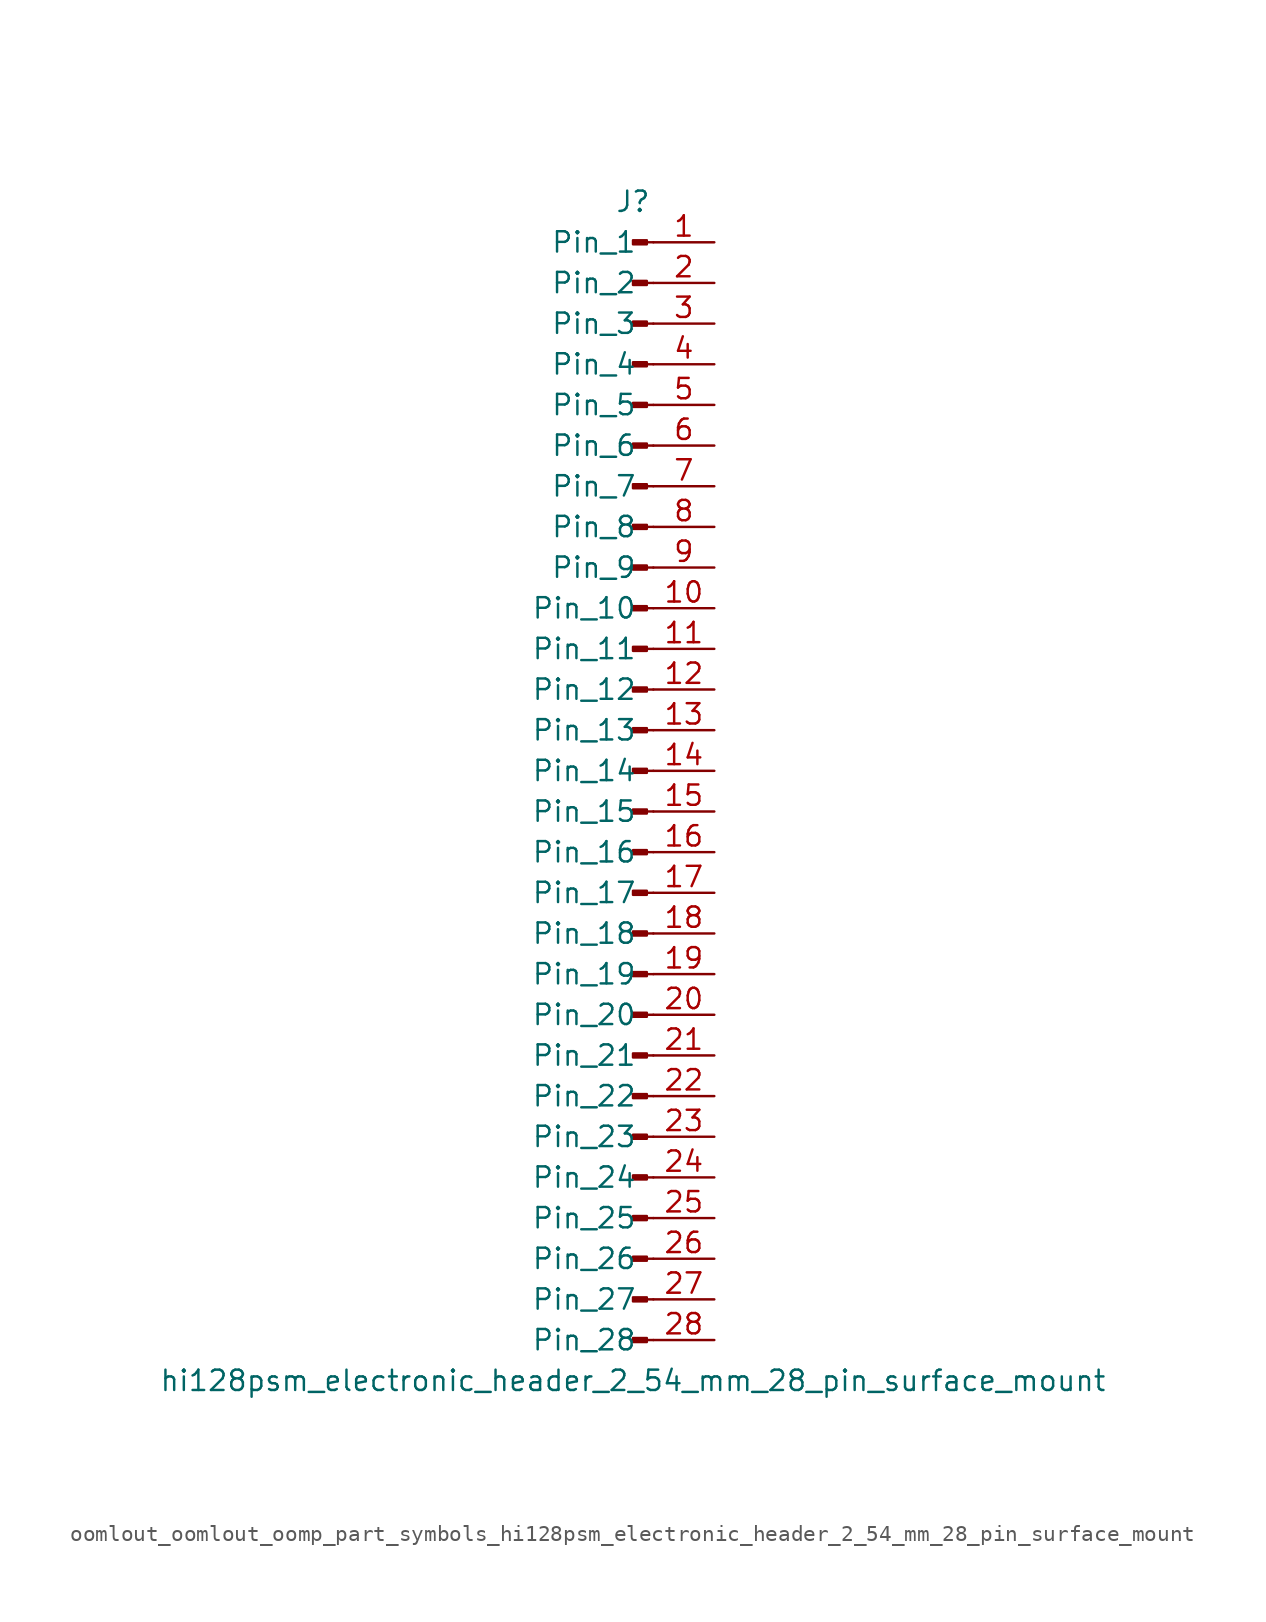
<source format=kicad_sym>
(kicad_symbol_lib
  (version 20220914)
  (generator kicad_symbol_editor)
  (symbol "oomlout_oomlout_oomp_part_symbols_hi128psm_electronic_header_2_54_mm_28_pin_surface_mount"
    (pin_names
      (offset 1.016))
    (property "Reference" "J"
      (at 0 35.56 0)
      (effects (font (size 1.27 1.27))))
    (property "Value" "hi128psm_electronic_header_2_54_mm_28_pin_surface_mount"
      (at 0 -38.1 0)
      (effects (font (size 1.27 1.27))))
    (property "ki_locked" ""
      (at 0 0 0)
      (effects (font (size 1.27 1.27))))
    (symbol "oomlout_oomlout_oomp_part_symbols_hi128psm_electronic_header_2_54_mm_28_pin_surface_mount_1_1"
      (polyline (pts (xy 1.27 -35.56) (xy 0.864 -35.56)) (stroke (width 0.152) (type default)) (fill (type none)))
      (polyline (pts (xy 1.27 -33.02) (xy 0.864 -33.02)) (stroke (width 0.152) (type default)) (fill (type none)))
      (polyline (pts (xy 1.27 -30.48) (xy 0.864 -30.48)) (stroke (width 0.152) (type default)) (fill (type none)))
      (polyline (pts (xy 1.27 -27.94) (xy 0.864 -27.94)) (stroke (width 0.152) (type default)) (fill (type none)))
      (polyline (pts (xy 1.27 -25.4) (xy 0.864 -25.4)) (stroke (width 0.152) (type default)) (fill (type none)))
      (polyline (pts (xy 1.27 -22.86) (xy 0.864 -22.86)) (stroke (width 0.152) (type default)) (fill (type none)))
      (polyline (pts (xy 1.27 -20.32) (xy 0.864 -20.32)) (stroke (width 0.152) (type default)) (fill (type none)))
      (polyline (pts (xy 1.27 -17.78) (xy 0.864 -17.78)) (stroke (width 0.152) (type default)) (fill (type none)))
      (polyline (pts (xy 1.27 -15.24) (xy 0.864 -15.24)) (stroke (width 0.152) (type default)) (fill (type none)))
      (polyline (pts (xy 1.27 -12.7) (xy 0.864 -12.7)) (stroke (width 0.152) (type default)) (fill (type none)))
      (polyline (pts (xy 1.27 -10.16) (xy 0.864 -10.16)) (stroke (width 0.152) (type default)) (fill (type none)))
      (polyline (pts (xy 1.27 -7.62) (xy 0.864 -7.62)) (stroke (width 0.152) (type default)) (fill (type none)))
      (polyline (pts (xy 1.27 -5.08) (xy 0.864 -5.08)) (stroke (width 0.152) (type default)) (fill (type none)))
      (polyline (pts (xy 1.27 -2.54) (xy 0.864 -2.54)) (stroke (width 0.152) (type default)) (fill (type none)))
      (polyline (pts (xy 1.27 0) (xy 0.864 0)) (stroke (width 0.152) (type default)) (fill (type none)))
      (polyline (pts (xy 1.27 2.54) (xy 0.864 2.54)) (stroke (width 0.152) (type default)) (fill (type none)))
      (polyline (pts (xy 1.27 5.08) (xy 0.864 5.08)) (stroke (width 0.152) (type default)) (fill (type none)))
      (polyline (pts (xy 1.27 7.62) (xy 0.864 7.62)) (stroke (width 0.152) (type default)) (fill (type none)))
      (polyline (pts (xy 1.27 10.16) (xy 0.864 10.16)) (stroke (width 0.152) (type default)) (fill (type none)))
      (polyline (pts (xy 1.27 12.7) (xy 0.864 12.7)) (stroke (width 0.152) (type default)) (fill (type none)))
      (polyline (pts (xy 1.27 15.24) (xy 0.864 15.24)) (stroke (width 0.152) (type default)) (fill (type none)))
      (polyline (pts (xy 1.27 17.78) (xy 0.864 17.78)) (stroke (width 0.152) (type default)) (fill (type none)))
      (polyline (pts (xy 1.27 20.32) (xy 0.864 20.32)) (stroke (width 0.152) (type default)) (fill (type none)))
      (polyline (pts (xy 1.27 22.86) (xy 0.864 22.86)) (stroke (width 0.152) (type default)) (fill (type none)))
      (polyline (pts (xy 1.27 25.4) (xy 0.864 25.4)) (stroke (width 0.152) (type default)) (fill (type none)))
      (polyline (pts (xy 1.27 27.94) (xy 0.864 27.94)) (stroke (width 0.152) (type default)) (fill (type none)))
      (polyline (pts (xy 1.27 30.48) (xy 0.864 30.48)) (stroke (width 0.152) (type default)) (fill (type none)))
      (polyline (pts (xy 1.27 33.02) (xy 0.864 33.02)) (stroke (width 0.152) (type default)) (fill (type none)))
      (rectangle (start 0.864 -35.433) (end 0 -35.687) (stroke (width 0.152) (type default)) (fill (type outline)))
      (rectangle (start 0.864 -32.893) (end 0 -33.147) (stroke (width 0.152) (type default)) (fill (type outline)))
      (rectangle (start 0.864 -30.353) (end 0 -30.607) (stroke (width 0.152) (type default)) (fill (type outline)))
      (rectangle (start 0.864 -27.813) (end 0 -28.067) (stroke (width 0.152) (type default)) (fill (type outline)))
      (rectangle (start 0.864 -25.273) (end 0 -25.527) (stroke (width 0.152) (type default)) (fill (type outline)))
      (rectangle (start 0.864 -22.733) (end 0 -22.987) (stroke (width 0.152) (type default)) (fill (type outline)))
      (rectangle (start 0.864 -20.193) (end 0 -20.447) (stroke (width 0.152) (type default)) (fill (type outline)))
      (rectangle (start 0.864 -17.653) (end 0 -17.907) (stroke (width 0.152) (type default)) (fill (type outline)))
      (rectangle (start 0.864 -15.113) (end 0 -15.367) (stroke (width 0.152) (type default)) (fill (type outline)))
      (rectangle (start 0.864 -12.573) (end 0 -12.827) (stroke (width 0.152) (type default)) (fill (type outline)))
      (rectangle (start 0.864 -10.033) (end 0 -10.287) (stroke (width 0.152) (type default)) (fill (type outline)))
      (rectangle (start 0.864 -7.493) (end 0 -7.747) (stroke (width 0.152) (type default)) (fill (type outline)))
      (rectangle (start 0.864 -4.953) (end 0 -5.207) (stroke (width 0.152) (type default)) (fill (type outline)))
      (rectangle (start 0.864 -2.413) (end 0 -2.667) (stroke (width 0.152) (type default)) (fill (type outline)))
      (rectangle (start 0.864 0.127) (end 0 -0.127) (stroke (width 0.152) (type default)) (fill (type outline)))
      (rectangle (start 0.864 2.667) (end 0 2.413) (stroke (width 0.152) (type default)) (fill (type outline)))
      (rectangle (start 0.864 5.207) (end 0 4.953) (stroke (width 0.152) (type default)) (fill (type outline)))
      (rectangle (start 0.864 7.747) (end 0 7.493) (stroke (width 0.152) (type default)) (fill (type outline)))
      (rectangle (start 0.864 10.287) (end 0 10.033) (stroke (width 0.152) (type default)) (fill (type outline)))
      (rectangle (start 0.864 12.827) (end 0 12.573) (stroke (width 0.152) (type default)) (fill (type outline)))
      (rectangle (start 0.864 15.367) (end 0 15.113) (stroke (width 0.152) (type default)) (fill (type outline)))
      (rectangle (start 0.864 17.907) (end 0 17.653) (stroke (width 0.152) (type default)) (fill (type outline)))
      (rectangle (start 0.864 20.447) (end 0 20.193) (stroke (width 0.152) (type default)) (fill (type outline)))
      (rectangle (start 0.864 22.987) (end 0 22.733) (stroke (width 0.152) (type default)) (fill (type outline)))
      (rectangle (start 0.864 25.527) (end 0 25.273) (stroke (width 0.152) (type default)) (fill (type outline)))
      (rectangle (start 0.864 28.067) (end 0 27.813) (stroke (width 0.152) (type default)) (fill (type outline)))
      (rectangle (start 0.864 30.607) (end 0 30.353) (stroke (width 0.152) (type default)) (fill (type outline)))
      (rectangle (start 0.864 33.147) (end 0 32.893) (stroke (width 0.152) (type default)) (fill (type outline)))
      (pin passive line (at 5.08 33.02 180) (length 3.81) (name "Pin_1" (effects (font (size 1.27 1.27)))) (number "1" (effects (font (size 1.27 1.27)))))
      (pin passive line (at 5.08 10.16 180) (length 3.81) (name "Pin_10" (effects (font (size 1.27 1.27)))) (number "10" (effects (font (size 1.27 1.27)))))
      (pin passive line (at 5.08 7.62 180) (length 3.81) (name "Pin_11" (effects (font (size 1.27 1.27)))) (number "11" (effects (font (size 1.27 1.27)))))
      (pin passive line (at 5.08 5.08 180) (length 3.81) (name "Pin_12" (effects (font (size 1.27 1.27)))) (number "12" (effects (font (size 1.27 1.27)))))
      (pin passive line (at 5.08 2.54 180) (length 3.81) (name "Pin_13" (effects (font (size 1.27 1.27)))) (number "13" (effects (font (size 1.27 1.27)))))
      (pin passive line (at 5.08 0 180) (length 3.81) (name "Pin_14" (effects (font (size 1.27 1.27)))) (number "14" (effects (font (size 1.27 1.27)))))
      (pin passive line (at 5.08 -2.54 180) (length 3.81) (name "Pin_15" (effects (font (size 1.27 1.27)))) (number "15" (effects (font (size 1.27 1.27)))))
      (pin passive line (at 5.08 -5.08 180) (length 3.81) (name "Pin_16" (effects (font (size 1.27 1.27)))) (number "16" (effects (font (size 1.27 1.27)))))
      (pin passive line (at 5.08 -7.62 180) (length 3.81) (name "Pin_17" (effects (font (size 1.27 1.27)))) (number "17" (effects (font (size 1.27 1.27)))))
      (pin passive line (at 5.08 -10.16 180) (length 3.81) (name "Pin_18" (effects (font (size 1.27 1.27)))) (number "18" (effects (font (size 1.27 1.27)))))
      (pin passive line (at 5.08 -12.7 180) (length 3.81) (name "Pin_19" (effects (font (size 1.27 1.27)))) (number "19" (effects (font (size 1.27 1.27)))))
      (pin passive line (at 5.08 30.48 180) (length 3.81) (name "Pin_2" (effects (font (size 1.27 1.27)))) (number "2" (effects (font (size 1.27 1.27)))))
      (pin passive line (at 5.08 -15.24 180) (length 3.81) (name "Pin_20" (effects (font (size 1.27 1.27)))) (number "20" (effects (font (size 1.27 1.27)))))
      (pin passive line (at 5.08 -17.78 180) (length 3.81) (name "Pin_21" (effects (font (size 1.27 1.27)))) (number "21" (effects (font (size 1.27 1.27)))))
      (pin passive line (at 5.08 -20.32 180) (length 3.81) (name "Pin_22" (effects (font (size 1.27 1.27)))) (number "22" (effects (font (size 1.27 1.27)))))
      (pin passive line (at 5.08 -22.86 180) (length 3.81) (name "Pin_23" (effects (font (size 1.27 1.27)))) (number "23" (effects (font (size 1.27 1.27)))))
      (pin passive line (at 5.08 -25.4 180) (length 3.81) (name "Pin_24" (effects (font (size 1.27 1.27)))) (number "24" (effects (font (size 1.27 1.27)))))
      (pin passive line (at 5.08 -27.94 180) (length 3.81) (name "Pin_25" (effects (font (size 1.27 1.27)))) (number "25" (effects (font (size 1.27 1.27)))))
      (pin passive line (at 5.08 -30.48 180) (length 3.81) (name "Pin_26" (effects (font (size 1.27 1.27)))) (number "26" (effects (font (size 1.27 1.27)))))
      (pin passive line (at 5.08 -33.02 180) (length 3.81) (name "Pin_27" (effects (font (size 1.27 1.27)))) (number "27" (effects (font (size 1.27 1.27)))))
      (pin passive line (at 5.08 -35.56 180) (length 3.81) (name "Pin_28" (effects (font (size 1.27 1.27)))) (number "28" (effects (font (size 1.27 1.27)))))
      (pin passive line (at 5.08 27.94 180) (length 3.81) (name "Pin_3" (effects (font (size 1.27 1.27)))) (number "3" (effects (font (size 1.27 1.27)))))
      (pin passive line (at 5.08 25.4 180) (length 3.81) (name "Pin_4" (effects (font (size 1.27 1.27)))) (number "4" (effects (font (size 1.27 1.27)))))
      (pin passive line (at 5.08 22.86 180) (length 3.81) (name "Pin_5" (effects (font (size 1.27 1.27)))) (number "5" (effects (font (size 1.27 1.27)))))
      (pin passive line (at 5.08 20.32 180) (length 3.81) (name "Pin_6" (effects (font (size 1.27 1.27)))) (number "6" (effects (font (size 1.27 1.27)))))
      (pin passive line (at 5.08 17.78 180) (length 3.81) (name "Pin_7" (effects (font (size 1.27 1.27)))) (number "7" (effects (font (size 1.27 1.27)))))
      (pin passive line (at 5.08 15.24 180) (length 3.81) (name "Pin_8" (effects (font (size 1.27 1.27)))) (number "8" (effects (font (size 1.27 1.27)))))
      (pin passive line (at 5.08 12.7 180) (length 3.81) (name "Pin_9" (effects (font (size 1.27 1.27)))) (number "9" (effects (font (size 1.27 1.27))))))))
</source>
